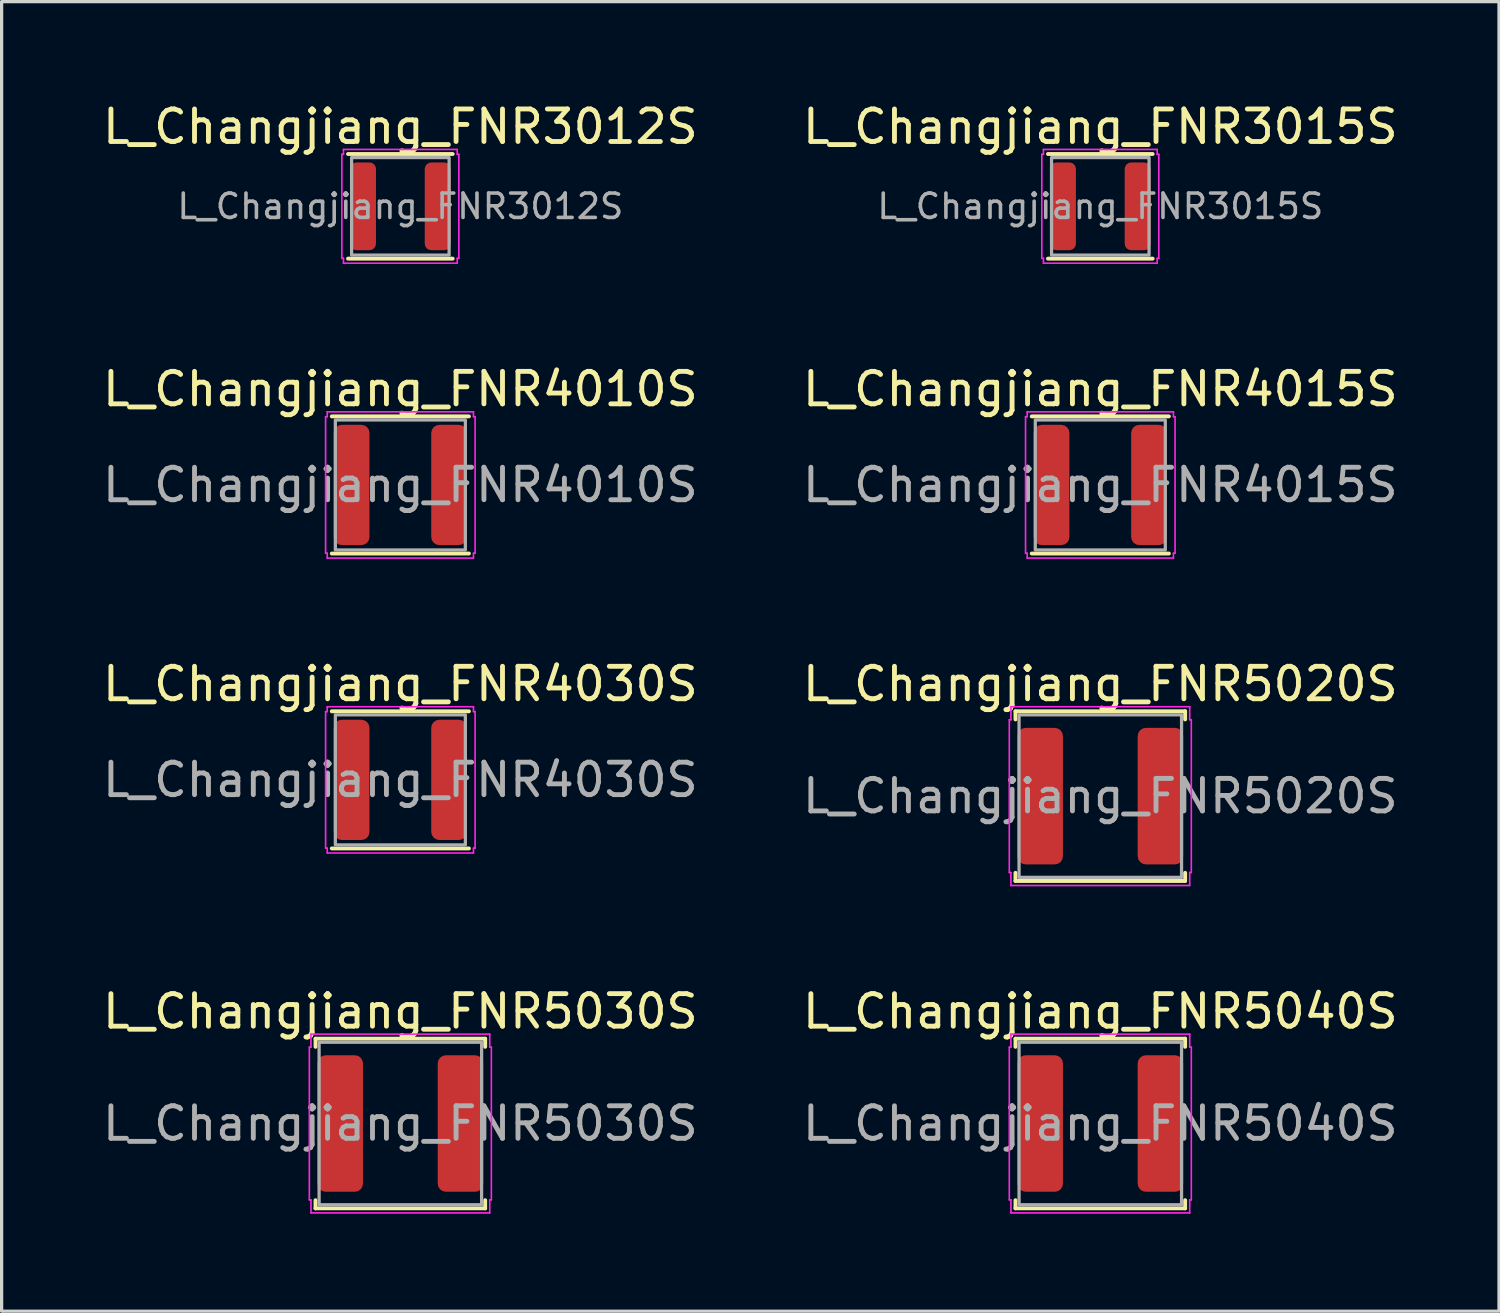
<source format=kicad_pcb>
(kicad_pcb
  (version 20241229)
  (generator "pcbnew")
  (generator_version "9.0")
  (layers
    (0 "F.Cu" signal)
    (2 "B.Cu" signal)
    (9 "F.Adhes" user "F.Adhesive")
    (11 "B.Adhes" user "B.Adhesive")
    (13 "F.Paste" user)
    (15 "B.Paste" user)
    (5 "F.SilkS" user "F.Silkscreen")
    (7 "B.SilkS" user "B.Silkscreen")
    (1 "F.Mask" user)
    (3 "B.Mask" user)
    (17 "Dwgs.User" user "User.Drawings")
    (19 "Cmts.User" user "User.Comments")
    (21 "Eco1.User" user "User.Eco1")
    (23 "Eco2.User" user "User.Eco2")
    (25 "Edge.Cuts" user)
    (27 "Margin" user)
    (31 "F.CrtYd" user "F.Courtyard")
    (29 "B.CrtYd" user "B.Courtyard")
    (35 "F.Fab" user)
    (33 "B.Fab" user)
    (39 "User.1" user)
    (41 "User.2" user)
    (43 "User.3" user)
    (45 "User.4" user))
  (footprint "L_Changjiang_FNR4030S"
    (layer "F.Cu")
    (at 9.268 20.945)
    (property "Reference" "L_Changjiang_FNR4030S" (at 0 -2.95 0) (layer "F.SilkS") (effects (font (size 1 1) (thickness 0.15))))
    (attr smd)
    (fp_line (start -2.11 -2.11) (end 2.11 -2.11) (stroke (width 0.12) (type solid)) (layer "F.SilkS"))
    (fp_line (start 2.11 2.11) (end -2.11 2.11) (stroke (width 0.12) (type solid)) (layer "F.SilkS"))
    (fp_line (start -2.3 -2.1) (end -2.25 -2.1) (stroke (width 0.05) (type solid)) (layer "F.CrtYd"))
    (fp_line (start -2.3 2.1) (end -2.3 -2.1) (stroke (width 0.05) (type solid)) (layer "F.CrtYd"))
    (fp_line (start -2.25 -2.25) (end 2.25 -2.25) (stroke (width 0.05) (type solid)) (layer "F.CrtYd"))
    (fp_line (start -2.25 -2.1) (end -2.25 -2.25) (stroke (width 0.05) (type solid)) (layer "F.CrtYd"))
    (fp_line (start -2.25 2.1) (end -2.3 2.1) (stroke (width 0.05) (type solid)) (layer "F.CrtYd"))
    (fp_line (start -2.25 2.25) (end -2.25 2.1) (stroke (width 0.05) (type solid)) (layer "F.CrtYd"))
    (fp_line (start 2.25 -2.25) (end 2.25 -2.1) (stroke (width 0.05) (type solid)) (layer "F.CrtYd"))
    (fp_line (start 2.25 -2.1) (end 2.3 -2.1) (stroke (width 0.05) (type solid)) (layer "F.CrtYd"))
    (fp_line (start 2.25 2.1) (end 2.25 2.25) (stroke (width 0.05) (type solid)) (layer "F.CrtYd"))
    (fp_line (start 2.25 2.25) (end -2.25 2.25) (stroke (width 0.05) (type solid)) (layer "F.CrtYd"))
    (fp_line (start 2.3 -2.1) (end 2.3 2.1) (stroke (width 0.05) (type solid)) (layer "F.CrtYd"))
    (fp_line (start 2.3 2.1) (end 2.25 2.1) (stroke (width 0.05) (type solid)) (layer "F.CrtYd"))
    (fp_rect (start -2 -2) (end 2 2) (stroke (width 0.1) (type solid)) (fill no) (layer "F.Fab"))
    (fp_text user "${REFERENCE}" (at 0 0 0) (layer "F.Fab") (effects (font (size 1 1) (thickness 0.15))))
    (pad "1" smd roundrect (at -1.5 0) (size 1.1 3.7) (layers "F.Cu" "F.Mask" "F.Paste") (roundrect_rratio 0.227))
    (pad "2" smd roundrect (at 1.5 0) (size 1.1 3.7) (layers "F.Cu" "F.Mask" "F.Paste") (roundrect_rratio 0.227)))
  (footprint "L_Changjiang_FNR3012S"
    (layer "F.Cu")
    (at 9.268 3.298)
    (property "Reference" "L_Changjiang_FNR3012S" (at 0 -2.45 0) (layer "F.SilkS") (effects (font (size 1 1) (thickness 0.15))))
    (attr smd)
    (fp_line (start -1.61 -1.61) (end 1.61 -1.61) (stroke (width 0.12) (type solid)) (layer "F.SilkS"))
    (fp_line (start 1.61 1.61) (end -1.61 1.61) (stroke (width 0.12) (type solid)) (layer "F.SilkS"))
    (fp_line (start -1.8 -1.6) (end -1.75 -1.6) (stroke (width 0.05) (type solid)) (layer "F.CrtYd"))
    (fp_line (start -1.8 1.6) (end -1.8 -1.6) (stroke (width 0.05) (type solid)) (layer "F.CrtYd"))
    (fp_line (start -1.75 -1.75) (end 1.75 -1.75) (stroke (width 0.05) (type solid)) (layer "F.CrtYd"))
    (fp_line (start -1.75 -1.6) (end -1.75 -1.75) (stroke (width 0.05) (type solid)) (layer "F.CrtYd"))
    (fp_line (start -1.75 1.6) (end -1.8 1.6) (stroke (width 0.05) (type solid)) (layer "F.CrtYd"))
    (fp_line (start -1.75 1.75) (end -1.75 1.6) (stroke (width 0.05) (type solid)) (layer "F.CrtYd"))
    (fp_line (start 1.75 -1.75) (end 1.75 -1.6) (stroke (width 0.05) (type solid)) (layer "F.CrtYd"))
    (fp_line (start 1.75 -1.6) (end 1.8 -1.6) (stroke (width 0.05) (type solid)) (layer "F.CrtYd"))
    (fp_line (start 1.75 1.6) (end 1.75 1.75) (stroke (width 0.05) (type solid)) (layer "F.CrtYd"))
    (fp_line (start 1.75 1.75) (end -1.75 1.75) (stroke (width 0.05) (type solid)) (layer "F.CrtYd"))
    (fp_line (start 1.8 -1.6) (end 1.8 1.6) (stroke (width 0.05) (type solid)) (layer "F.CrtYd"))
    (fp_line (start 1.8 1.6) (end 1.75 1.6) (stroke (width 0.05) (type solid)) (layer "F.CrtYd"))
    (fp_rect (start -1.5 -1.5) (end 1.5 1.5) (stroke (width 0.1) (type solid)) (fill no) (layer "F.Fab"))
    (fp_text user "${REFERENCE}" (at 0 0 0) (layer "F.Fab") (effects (font (size 0.75 0.75) (thickness 0.11))))
    (pad "1" smd roundrect (at -1.15 0) (size 0.8 2.7) (layers "F.Cu" "F.Mask" "F.Paste") (roundrect_rratio 0.25))
    (pad "2" smd roundrect (at 1.15 0) (size 0.8 2.7) (layers "F.Cu" "F.Mask" "F.Paste") (roundrect_rratio 0.25)))
  (footprint "L_Changjiang_FNR5030S"
    (layer "F.Cu")
    (at 9.268 31.518)
    (property "Reference" "L_Changjiang_FNR5030S" (at 0 -3.45 0) (layer "F.SilkS") (effects (font (size 1 1) (thickness 0.15))))
    (attr smd)
    (fp_line (start -2.61 -2.61) (end 2.61 -2.61) (stroke (width 0.12) (type solid)) (layer "F.SilkS"))
    (fp_line (start -2.61 -2.36) (end -2.61 -2.61) (stroke (width 0.12) (type solid)) (layer "F.SilkS"))
    (fp_line (start -2.61 2.61) (end -2.61 2.36) (stroke (width 0.12) (type solid)) (layer "F.SilkS"))
    (fp_line (start 2.61 -2.61) (end 2.61 -2.36) (stroke (width 0.12) (type solid)) (layer "F.SilkS"))
    (fp_line (start 2.61 2.36) (end 2.61 2.61) (stroke (width 0.12) (type solid)) (layer "F.SilkS"))
    (fp_line (start 2.61 2.61) (end -2.61 2.61) (stroke (width 0.12) (type solid)) (layer "F.SilkS"))
    (fp_line (start -2.8 -2.35) (end -2.75 -2.35) (stroke (width 0.05) (type solid)) (layer "F.CrtYd"))
    (fp_line (start -2.8 2.35) (end -2.8 -2.35) (stroke (width 0.05) (type solid)) (layer "F.CrtYd"))
    (fp_line (start -2.75 -2.75) (end 2.75 -2.75) (stroke (width 0.05) (type solid)) (layer "F.CrtYd"))
    (fp_line (start -2.75 -2.35) (end -2.75 -2.75) (stroke (width 0.05) (type solid)) (layer "F.CrtYd"))
    (fp_line (start -2.75 2.35) (end -2.8 2.35) (stroke (width 0.05) (type solid)) (layer "F.CrtYd"))
    (fp_line (start -2.75 2.75) (end -2.75 2.35) (stroke (width 0.05) (type solid)) (layer "F.CrtYd"))
    (fp_line (start 2.75 -2.75) (end 2.75 -2.35) (stroke (width 0.05) (type solid)) (layer "F.CrtYd"))
    (fp_line (start 2.75 -2.35) (end 2.8 -2.35) (stroke (width 0.05) (type solid)) (layer "F.CrtYd"))
    (fp_line (start 2.75 2.35) (end 2.75 2.75) (stroke (width 0.05) (type solid)) (layer "F.CrtYd"))
    (fp_line (start 2.75 2.75) (end -2.75 2.75) (stroke (width 0.05) (type solid)) (layer "F.CrtYd"))
    (fp_line (start 2.8 -2.35) (end 2.8 2.35) (stroke (width 0.05) (type solid)) (layer "F.CrtYd"))
    (fp_line (start 2.8 2.35) (end 2.75 2.35) (stroke (width 0.05) (type solid)) (layer "F.CrtYd"))
    (fp_rect (start -2.5 -2.5) (end 2.5 2.5) (stroke (width 0.1) (type solid)) (fill no) (layer "F.Fab"))
    (fp_text user "${REFERENCE}" (at 0 0 0) (layer "F.Fab") (effects (font (size 1 1) (thickness 0.15))))
    (pad "1" smd roundrect (at -1.85 0) (size 1.4 4.2) (layers "F.Cu" "F.Mask" "F.Paste") (roundrect_rratio 0.179))
    (pad "2" smd roundrect (at 1.85 0) (size 1.4 4.2) (layers "F.Cu" "F.Mask" "F.Paste") (roundrect_rratio 0.179)))
  (footprint "L_Changjiang_FNR3015S"
    (layer "F.Cu")
    (at 30.804 3.298)
    (property "Reference" "L_Changjiang_FNR3015S" (at 0 -2.45 0) (layer "F.SilkS") (effects (font (size 1 1) (thickness 0.15))))
    (attr smd)
    (fp_line (start -1.61 -1.61) (end 1.61 -1.61) (stroke (width 0.12) (type solid)) (layer "F.SilkS"))
    (fp_line (start 1.61 1.61) (end -1.61 1.61) (stroke (width 0.12) (type solid)) (layer "F.SilkS"))
    (fp_line (start -1.8 -1.6) (end -1.75 -1.6) (stroke (width 0.05) (type solid)) (layer "F.CrtYd"))
    (fp_line (start -1.8 1.6) (end -1.8 -1.6) (stroke (width 0.05) (type solid)) (layer "F.CrtYd"))
    (fp_line (start -1.75 -1.75) (end 1.75 -1.75) (stroke (width 0.05) (type solid)) (layer "F.CrtYd"))
    (fp_line (start -1.75 -1.6) (end -1.75 -1.75) (stroke (width 0.05) (type solid)) (layer "F.CrtYd"))
    (fp_line (start -1.75 1.6) (end -1.8 1.6) (stroke (width 0.05) (type solid)) (layer "F.CrtYd"))
    (fp_line (start -1.75 1.75) (end -1.75 1.6) (stroke (width 0.05) (type solid)) (layer "F.CrtYd"))
    (fp_line (start 1.75 -1.75) (end 1.75 -1.6) (stroke (width 0.05) (type solid)) (layer "F.CrtYd"))
    (fp_line (start 1.75 -1.6) (end 1.8 -1.6) (stroke (width 0.05) (type solid)) (layer "F.CrtYd"))
    (fp_line (start 1.75 1.6) (end 1.75 1.75) (stroke (width 0.05) (type solid)) (layer "F.CrtYd"))
    (fp_line (start 1.75 1.75) (end -1.75 1.75) (stroke (width 0.05) (type solid)) (layer "F.CrtYd"))
    (fp_line (start 1.8 -1.6) (end 1.8 1.6) (stroke (width 0.05) (type solid)) (layer "F.CrtYd"))
    (fp_line (start 1.8 1.6) (end 1.75 1.6) (stroke (width 0.05) (type solid)) (layer "F.CrtYd"))
    (fp_rect (start -1.5 -1.5) (end 1.5 1.5) (stroke (width 0.1) (type solid)) (fill no) (layer "F.Fab"))
    (fp_text user "${REFERENCE}" (at 0 0 0) (layer "F.Fab") (effects (font (size 0.75 0.75) (thickness 0.11))))
    (pad "1" smd roundrect (at -1.15 0) (size 0.8 2.7) (layers "F.Cu" "F.Mask" "F.Paste") (roundrect_rratio 0.25))
    (pad "2" smd roundrect (at 1.15 0) (size 0.8 2.7) (layers "F.Cu" "F.Mask" "F.Paste") (roundrect_rratio 0.25)))
  (footprint "L_Changjiang_FNR4015S"
    (layer "F.Cu")
    (at 30.804 11.871)
    (property "Reference" "L_Changjiang_FNR4015S" (at 0 -2.95 0) (layer "F.SilkS") (effects (font (size 1 1) (thickness 0.15))))
    (attr smd)
    (fp_line (start -2.11 -2.11) (end 2.11 -2.11) (stroke (width 0.12) (type solid)) (layer "F.SilkS"))
    (fp_line (start 2.11 2.11) (end -2.11 2.11) (stroke (width 0.12) (type solid)) (layer "F.SilkS"))
    (fp_line (start -2.3 -2.1) (end -2.25 -2.1) (stroke (width 0.05) (type solid)) (layer "F.CrtYd"))
    (fp_line (start -2.3 2.1) (end -2.3 -2.1) (stroke (width 0.05) (type solid)) (layer "F.CrtYd"))
    (fp_line (start -2.25 -2.25) (end 2.25 -2.25) (stroke (width 0.05) (type solid)) (layer "F.CrtYd"))
    (fp_line (start -2.25 -2.1) (end -2.25 -2.25) (stroke (width 0.05) (type solid)) (layer "F.CrtYd"))
    (fp_line (start -2.25 2.1) (end -2.3 2.1) (stroke (width 0.05) (type solid)) (layer "F.CrtYd"))
    (fp_line (start -2.25 2.25) (end -2.25 2.1) (stroke (width 0.05) (type solid)) (layer "F.CrtYd"))
    (fp_line (start 2.25 -2.25) (end 2.25 -2.1) (stroke (width 0.05) (type solid)) (layer "F.CrtYd"))
    (fp_line (start 2.25 -2.1) (end 2.3 -2.1) (stroke (width 0.05) (type solid)) (layer "F.CrtYd"))
    (fp_line (start 2.25 2.1) (end 2.25 2.25) (stroke (width 0.05) (type solid)) (layer "F.CrtYd"))
    (fp_line (start 2.25 2.25) (end -2.25 2.25) (stroke (width 0.05) (type solid)) (layer "F.CrtYd"))
    (fp_line (start 2.3 -2.1) (end 2.3 2.1) (stroke (width 0.05) (type solid)) (layer "F.CrtYd"))
    (fp_line (start 2.3 2.1) (end 2.25 2.1) (stroke (width 0.05) (type solid)) (layer "F.CrtYd"))
    (fp_rect (start -2 -2) (end 2 2) (stroke (width 0.1) (type solid)) (fill no) (layer "F.Fab"))
    (fp_text user "${REFERENCE}" (at 0 0 0) (layer "F.Fab") (effects (font (size 1 1) (thickness 0.15))))
    (pad "1" smd roundrect (at -1.5 0) (size 1.1 3.7) (layers "F.Cu" "F.Mask" "F.Paste") (roundrect_rratio 0.227))
    (pad "2" smd roundrect (at 1.5 0) (size 1.1 3.7) (layers "F.Cu" "F.Mask" "F.Paste") (roundrect_rratio 0.227)))
  (footprint "L_Changjiang_FNR5020S"
    (layer "F.Cu")
    (at 30.804 21.445)
    (property "Reference" "L_Changjiang_FNR5020S" (at 0 -3.45 0) (layer "F.SilkS") (effects (font (size 1 1) (thickness 0.15))))
    (attr smd)
    (fp_line (start -2.61 -2.61) (end 2.61 -2.61) (stroke (width 0.12) (type solid)) (layer "F.SilkS"))
    (fp_line (start -2.61 -2.36) (end -2.61 -2.61) (stroke (width 0.12) (type solid)) (layer "F.SilkS"))
    (fp_line (start -2.61 2.61) (end -2.61 2.36) (stroke (width 0.12) (type solid)) (layer "F.SilkS"))
    (fp_line (start 2.61 -2.61) (end 2.61 -2.36) (stroke (width 0.12) (type solid)) (layer "F.SilkS"))
    (fp_line (start 2.61 2.36) (end 2.61 2.61) (stroke (width 0.12) (type solid)) (layer "F.SilkS"))
    (fp_line (start 2.61 2.61) (end -2.61 2.61) (stroke (width 0.12) (type solid)) (layer "F.SilkS"))
    (fp_line (start -2.8 -2.35) (end -2.75 -2.35) (stroke (width 0.05) (type solid)) (layer "F.CrtYd"))
    (fp_line (start -2.8 2.35) (end -2.8 -2.35) (stroke (width 0.05) (type solid)) (layer "F.CrtYd"))
    (fp_line (start -2.75 -2.75) (end 2.75 -2.75) (stroke (width 0.05) (type solid)) (layer "F.CrtYd"))
    (fp_line (start -2.75 -2.35) (end -2.75 -2.75) (stroke (width 0.05) (type solid)) (layer "F.CrtYd"))
    (fp_line (start -2.75 2.35) (end -2.8 2.35) (stroke (width 0.05) (type solid)) (layer "F.CrtYd"))
    (fp_line (start -2.75 2.75) (end -2.75 2.35) (stroke (width 0.05) (type solid)) (layer "F.CrtYd"))
    (fp_line (start 2.75 -2.75) (end 2.75 -2.35) (stroke (width 0.05) (type solid)) (layer "F.CrtYd"))
    (fp_line (start 2.75 -2.35) (end 2.8 -2.35) (stroke (width 0.05) (type solid)) (layer "F.CrtYd"))
    (fp_line (start 2.75 2.35) (end 2.75 2.75) (stroke (width 0.05) (type solid)) (layer "F.CrtYd"))
    (fp_line (start 2.75 2.75) (end -2.75 2.75) (stroke (width 0.05) (type solid)) (layer "F.CrtYd"))
    (fp_line (start 2.8 -2.35) (end 2.8 2.35) (stroke (width 0.05) (type solid)) (layer "F.CrtYd"))
    (fp_line (start 2.8 2.35) (end 2.75 2.35) (stroke (width 0.05) (type solid)) (layer "F.CrtYd"))
    (fp_rect (start -2.5 -2.5) (end 2.5 2.5) (stroke (width 0.1) (type solid)) (fill no) (layer "F.Fab"))
    (fp_text user "${REFERENCE}" (at 0 0 0) (layer "F.Fab") (effects (font (size 1 1) (thickness 0.15))))
    (pad "1" smd roundrect (at -1.85 0) (size 1.4 4.2) (layers "F.Cu" "F.Mask" "F.Paste") (roundrect_rratio 0.179))
    (pad "2" smd roundrect (at 1.85 0) (size 1.4 4.2) (layers "F.Cu" "F.Mask" "F.Paste") (roundrect_rratio 0.179)))
  (footprint "L_Changjiang_FNR4010S"
    (layer "F.Cu")
    (at 9.268 11.871)
    (property "Reference" "L_Changjiang_FNR4010S" (at 0 -2.95 0) (layer "F.SilkS") (effects (font (size 1 1) (thickness 0.15))))
    (attr smd)
    (fp_line (start -2.11 -2.11) (end 2.11 -2.11) (stroke (width 0.12) (type solid)) (layer "F.SilkS"))
    (fp_line (start 2.11 2.11) (end -2.11 2.11) (stroke (width 0.12) (type solid)) (layer "F.SilkS"))
    (fp_line (start -2.3 -2.1) (end -2.25 -2.1) (stroke (width 0.05) (type solid)) (layer "F.CrtYd"))
    (fp_line (start -2.3 2.1) (end -2.3 -2.1) (stroke (width 0.05) (type solid)) (layer "F.CrtYd"))
    (fp_line (start -2.25 -2.25) (end 2.25 -2.25) (stroke (width 0.05) (type solid)) (layer "F.CrtYd"))
    (fp_line (start -2.25 -2.1) (end -2.25 -2.25) (stroke (width 0.05) (type solid)) (layer "F.CrtYd"))
    (fp_line (start -2.25 2.1) (end -2.3 2.1) (stroke (width 0.05) (type solid)) (layer "F.CrtYd"))
    (fp_line (start -2.25 2.25) (end -2.25 2.1) (stroke (width 0.05) (type solid)) (layer "F.CrtYd"))
    (fp_line (start 2.25 -2.25) (end 2.25 -2.1) (stroke (width 0.05) (type solid)) (layer "F.CrtYd"))
    (fp_line (start 2.25 -2.1) (end 2.3 -2.1) (stroke (width 0.05) (type solid)) (layer "F.CrtYd"))
    (fp_line (start 2.25 2.1) (end 2.25 2.25) (stroke (width 0.05) (type solid)) (layer "F.CrtYd"))
    (fp_line (start 2.25 2.25) (end -2.25 2.25) (stroke (width 0.05) (type solid)) (layer "F.CrtYd"))
    (fp_line (start 2.3 -2.1) (end 2.3 2.1) (stroke (width 0.05) (type solid)) (layer "F.CrtYd"))
    (fp_line (start 2.3 2.1) (end 2.25 2.1) (stroke (width 0.05) (type solid)) (layer "F.CrtYd"))
    (fp_rect (start -2 -2) (end 2 2) (stroke (width 0.1) (type solid)) (fill no) (layer "F.Fab"))
    (fp_text user "${REFERENCE}" (at 0 0 0) (layer "F.Fab") (effects (font (size 1 1) (thickness 0.15))))
    (pad "1" smd roundrect (at -1.5 0) (size 1.1 3.7) (layers "F.Cu" "F.Mask" "F.Paste") (roundrect_rratio 0.227))
    (pad "2" smd roundrect (at 1.5 0) (size 1.1 3.7) (layers "F.Cu" "F.Mask" "F.Paste") (roundrect_rratio 0.227)))
  (footprint "L_Changjiang_FNR5040S"
    (layer "F.Cu")
    (at 30.804 31.518)
    (property "Reference" "L_Changjiang_FNR5040S" (at 0 -3.45 0) (layer "F.SilkS") (effects (font (size 1 1) (thickness 0.15))))
    (attr smd)
    (fp_line (start -2.61 -2.61) (end 2.61 -2.61) (stroke (width 0.12) (type solid)) (layer "F.SilkS"))
    (fp_line (start -2.61 -2.36) (end -2.61 -2.61) (stroke (width 0.12) (type solid)) (layer "F.SilkS"))
    (fp_line (start -2.61 2.61) (end -2.61 2.36) (stroke (width 0.12) (type solid)) (layer "F.SilkS"))
    (fp_line (start 2.61 -2.61) (end 2.61 -2.36) (stroke (width 0.12) (type solid)) (layer "F.SilkS"))
    (fp_line (start 2.61 2.36) (end 2.61 2.61) (stroke (width 0.12) (type solid)) (layer "F.SilkS"))
    (fp_line (start 2.61 2.61) (end -2.61 2.61) (stroke (width 0.12) (type solid)) (layer "F.SilkS"))
    (fp_line (start -2.8 -2.35) (end -2.75 -2.35) (stroke (width 0.05) (type solid)) (layer "F.CrtYd"))
    (fp_line (start -2.8 2.35) (end -2.8 -2.35) (stroke (width 0.05) (type solid)) (layer "F.CrtYd"))
    (fp_line (start -2.75 -2.75) (end 2.75 -2.75) (stroke (width 0.05) (type solid)) (layer "F.CrtYd"))
    (fp_line (start -2.75 -2.35) (end -2.75 -2.75) (stroke (width 0.05) (type solid)) (layer "F.CrtYd"))
    (fp_line (start -2.75 2.35) (end -2.8 2.35) (stroke (width 0.05) (type solid)) (layer "F.CrtYd"))
    (fp_line (start -2.75 2.75) (end -2.75 2.35) (stroke (width 0.05) (type solid)) (layer "F.CrtYd"))
    (fp_line (start 2.75 -2.75) (end 2.75 -2.35) (stroke (width 0.05) (type solid)) (layer "F.CrtYd"))
    (fp_line (start 2.75 -2.35) (end 2.8 -2.35) (stroke (width 0.05) (type solid)) (layer "F.CrtYd"))
    (fp_line (start 2.75 2.35) (end 2.75 2.75) (stroke (width 0.05) (type solid)) (layer "F.CrtYd"))
    (fp_line (start 2.75 2.75) (end -2.75 2.75) (stroke (width 0.05) (type solid)) (layer "F.CrtYd"))
    (fp_line (start 2.8 -2.35) (end 2.8 2.35) (stroke (width 0.05) (type solid)) (layer "F.CrtYd"))
    (fp_line (start 2.8 2.35) (end 2.75 2.35) (stroke (width 0.05) (type solid)) (layer "F.CrtYd"))
    (fp_rect (start -2.5 -2.5) (end 2.5 2.5) (stroke (width 0.1) (type solid)) (fill no) (layer "F.Fab"))
    (fp_text user "${REFERENCE}" (at 0 0 0) (layer "F.Fab") (effects (font (size 1 1) (thickness 0.15))))
    (pad "1" smd roundrect (at -1.85 0) (size 1.4 4.2) (layers "F.Cu" "F.Mask" "F.Paste") (roundrect_rratio 0.179))
    (pad "2" smd roundrect (at 1.85 0) (size 1.4 4.2) (layers "F.Cu" "F.Mask" "F.Paste") (roundrect_rratio 0.179)))
  (gr_rect
    (start -3 -3)
    (end 43.071 37.293)
    (stroke (width 0.1) (type default))
    (fill no)
    (layer "Edge.Cuts")))
</source>
